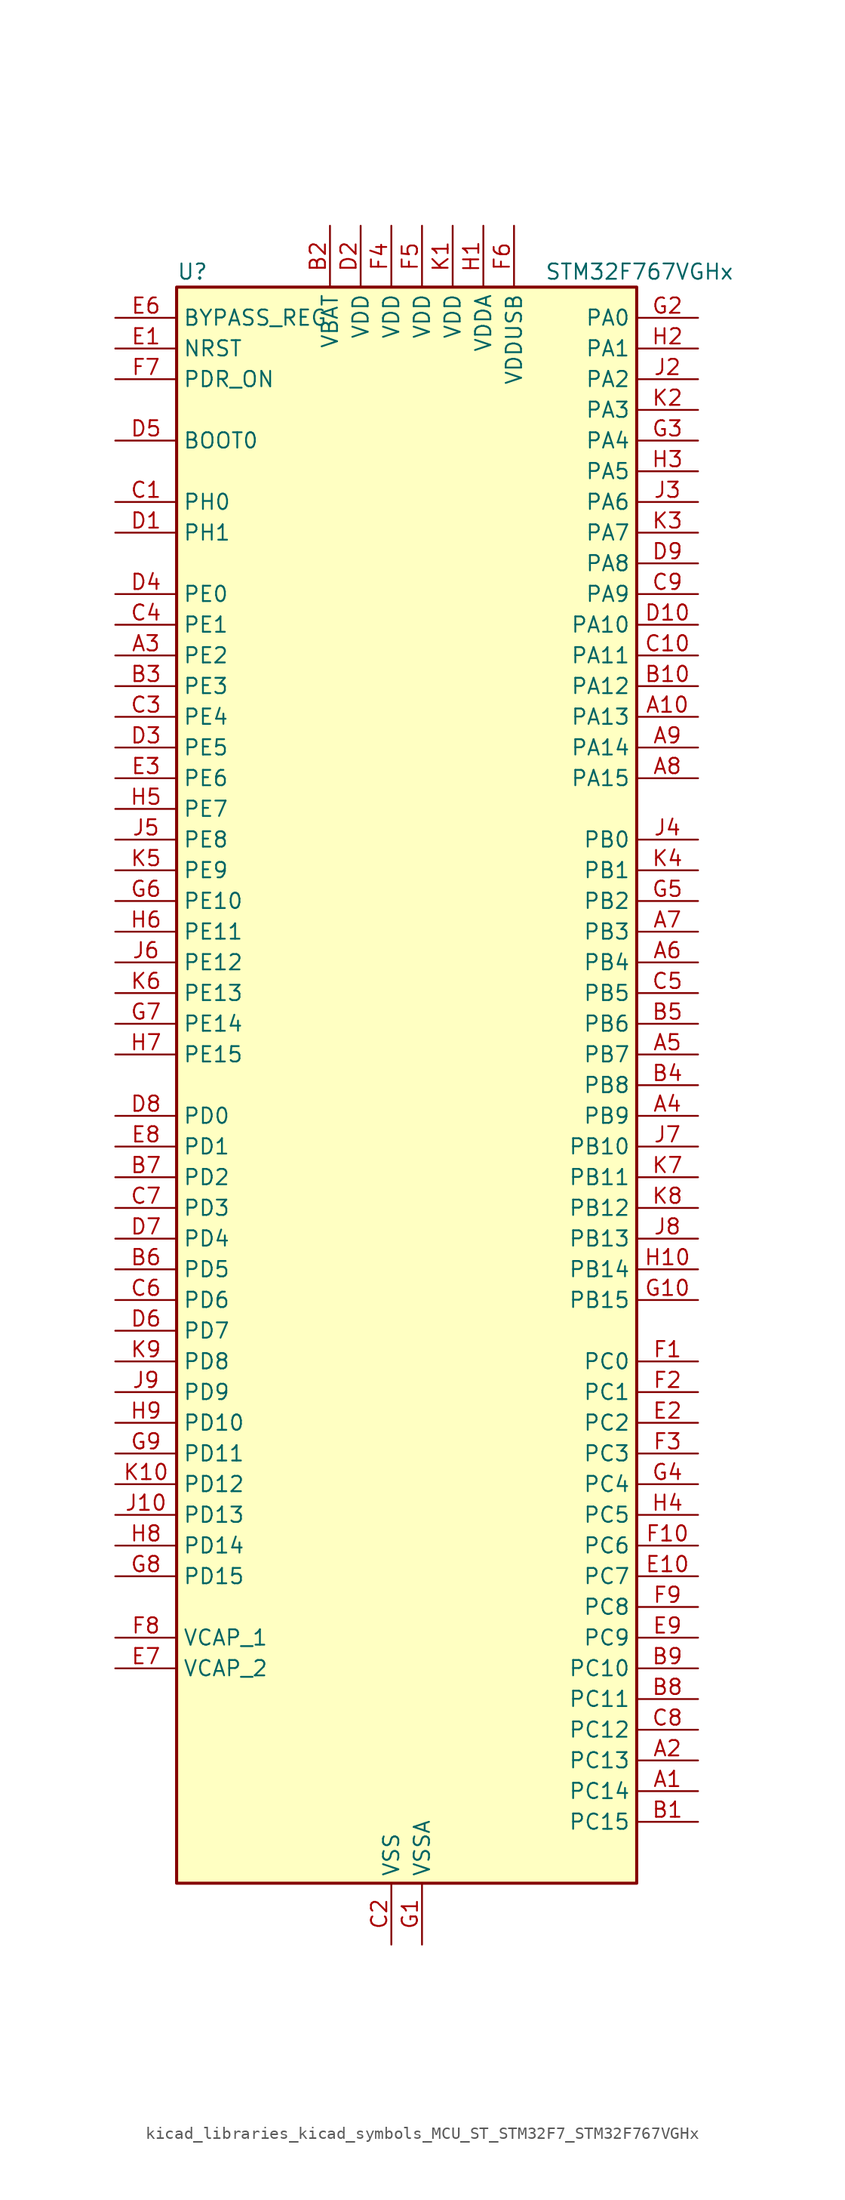
<source format=kicad_sym>
(kicad_symbol_lib
  (version 20220914)
  (generator kicad_symbol_editor)
  (symbol "kicad_libraries_kicad_symbols_MCU_ST_STM32F7_STM32F767VGHx"
    (property "Reference" "U"
      (at -17.78 67.31 0)
      (effects (font (size 1.27 1.27)) (justify left)))
    (property "Value" "STM32F767VGHx"
      (at 12.7 67.31 0)
      (effects (font (size 1.27 1.27)) (justify left)))
    (property "ki_locked" ""
      (at 0 0 0)
      (effects (font (size 1.27 1.27))))
    (symbol "kicad_libraries_kicad_symbols_MCU_ST_STM32F7_STM32F767VGHx_0_1"
      (rectangle (start -17.78 -66.04) (end 20.32 66.04) (stroke (width 0.254) (type default)) (fill (type background))))
    (symbol "kicad_libraries_kicad_symbols_MCU_ST_STM32F7_STM32F767VGHx_1_1"
      (pin bidirectional line (at 25.4 -58.42 180) (length 5.08) (name "PC14" (effects (font (size 1.27 1.27)))) (number "A1" (effects (font (size 1.27 1.27)))) (alternate "RCC_OSC32_IN" bidirectional line))
      (pin bidirectional line (at 25.4 30.48 180) (length 5.08) (name "PA13" (effects (font (size 1.27 1.27)))) (number "A10" (effects (font (size 1.27 1.27)))) (alternate "SYS_JTMS-SWDIO" bidirectional line))
      (pin bidirectional line (at 25.4 -55.88 180) (length 5.08) (name "PC13" (effects (font (size 1.27 1.27)))) (number "A2" (effects (font (size 1.27 1.27)))) (alternate "RTC_OUT" bidirectional line) (alternate "RTC_TAMP1" bidirectional line) (alternate "RTC_TS" bidirectional line) (alternate "SYS_WKUP4" bidirectional line))
      (pin bidirectional line (at -22.86 35.56 0) (length 5.08) (name "PE2" (effects (font (size 1.27 1.27)))) (number "A3" (effects (font (size 1.27 1.27)))) (alternate "ETH_TXD3" bidirectional line) (alternate "FMC_A23" bidirectional line) (alternate "QUADSPI_BK1_IO2" bidirectional line) (alternate "SAI1_MCLK_A" bidirectional line) (alternate "SPI4_SCK" bidirectional line) (alternate "SYS_TRACECLK" bidirectional line))
      (pin bidirectional line (at 25.4 -2.54 180) (length 5.08) (name "PB9" (effects (font (size 1.27 1.27)))) (number "A4" (effects (font (size 1.27 1.27)))) (alternate "CAN1_TX" bidirectional line) (alternate "DAC_EXTI9" bidirectional line) (alternate "DCMI_D7" bidirectional line) (alternate "DFSDM1_DATIN7" bidirectional line) (alternate "I2C1_SDA" bidirectional line) (alternate "I2C4_SDA" bidirectional line) (alternate "I2C4_SMBA" bidirectional line) (alternate "I2S2_WS" bidirectional line) (alternate "LTDC_B7" bidirectional line) (alternate "SDMMC1_D5" bidirectional line) (alternate "SDMMC2_D5" bidirectional line) (alternate "SPI2_NSS" bidirectional line) (alternate "TIM11_CH1" bidirectional line) (alternate "TIM4_CH4" bidirectional line) (alternate "UART5_TX" bidirectional line))
      (pin bidirectional line (at 25.4 2.54 180) (length 5.08) (name "PB7" (effects (font (size 1.27 1.27)))) (number "A5" (effects (font (size 1.27 1.27)))) (alternate "DCMI_VSYNC" bidirectional line) (alternate "DFSDM1_CKIN5" bidirectional line) (alternate "FMC_NL" bidirectional line) (alternate "I2C1_SDA" bidirectional line) (alternate "I2C4_SDA" bidirectional line) (alternate "TIM4_CH2" bidirectional line) (alternate "USART1_RX" bidirectional line))
      (pin bidirectional line (at 25.4 10.16 180) (length 5.08) (name "PB4" (effects (font (size 1.27 1.27)))) (number "A6" (effects (font (size 1.27 1.27)))) (alternate "CAN3_TX" bidirectional line) (alternate "I2S2_WS" bidirectional line) (alternate "SDMMC2_D3" bidirectional line) (alternate "SPI1_MISO" bidirectional line) (alternate "SPI2_NSS" bidirectional line) (alternate "SPI3_MISO" bidirectional line) (alternate "SPI6_MISO" bidirectional line) (alternate "SYS_JTRST" bidirectional line) (alternate "TIM3_CH1" bidirectional line) (alternate "UART7_TX" bidirectional line))
      (pin bidirectional line (at 25.4 12.7 180) (length 5.08) (name "PB3" (effects (font (size 1.27 1.27)))) (number "A7" (effects (font (size 1.27 1.27)))) (alternate "CAN3_RX" bidirectional line) (alternate "I2S1_CK" bidirectional line) (alternate "I2S3_CK" bidirectional line) (alternate "SDMMC2_D2" bidirectional line) (alternate "SPI1_SCK" bidirectional line) (alternate "SPI3_SCK" bidirectional line) (alternate "SPI6_SCK" bidirectional line) (alternate "SYS_JTDO-SWO" bidirectional line) (alternate "TIM2_CH2" bidirectional line) (alternate "UART7_RX" bidirectional line))
      (pin bidirectional line (at 25.4 25.4 180) (length 5.08) (name "PA15" (effects (font (size 1.27 1.27)))) (number "A8" (effects (font (size 1.27 1.27)))) (alternate "CAN3_TX" bidirectional line) (alternate "CEC" bidirectional line) (alternate "I2S1_WS" bidirectional line) (alternate "I2S3_WS" bidirectional line) (alternate "SPI1_NSS" bidirectional line) (alternate "SPI3_NSS" bidirectional line) (alternate "SPI6_NSS" bidirectional line) (alternate "SYS_JTDI" bidirectional line) (alternate "TIM2_CH1" bidirectional line) (alternate "TIM2_ETR" bidirectional line) (alternate "UART4_DE" bidirectional line) (alternate "UART4_RTS" bidirectional line) (alternate "UART7_TX" bidirectional line))
      (pin bidirectional line (at 25.4 27.94 180) (length 5.08) (name "PA14" (effects (font (size 1.27 1.27)))) (number "A9" (effects (font (size 1.27 1.27)))) (alternate "SYS_JTCK-SWCLK" bidirectional line))
      (pin bidirectional line (at 25.4 -60.96 180) (length 5.08) (name "PC15" (effects (font (size 1.27 1.27)))) (number "B1" (effects (font (size 1.27 1.27)))) (alternate "RCC_OSC32_OUT" bidirectional line))
      (pin bidirectional line (at 25.4 33.02 180) (length 5.08) (name "PA12" (effects (font (size 1.27 1.27)))) (number "B10" (effects (font (size 1.27 1.27)))) (alternate "CAN1_TX" bidirectional line) (alternate "I2S2_CK" bidirectional line) (alternate "LTDC_R5" bidirectional line) (alternate "SAI2_FS_B" bidirectional line) (alternate "SPI2_SCK" bidirectional line) (alternate "TIM1_ETR" bidirectional line) (alternate "UART4_TX" bidirectional line) (alternate "USART1_DE" bidirectional line) (alternate "USART1_RTS" bidirectional line) (alternate "USB_OTG_FS_DP" bidirectional line))
      (pin power_in line (at -5.08 71.12 270) (length 5.08) (name "VBAT" (effects (font (size 1.27 1.27)))) (number "B2" (effects (font (size 1.27 1.27)))))
      (pin bidirectional line (at -22.86 33.02 0) (length 5.08) (name "PE3" (effects (font (size 1.27 1.27)))) (number "B3" (effects (font (size 1.27 1.27)))) (alternate "FMC_A19" bidirectional line) (alternate "SAI1_SD_B" bidirectional line) (alternate "SYS_TRACED0" bidirectional line))
      (pin bidirectional line (at 25.4 0 180) (length 5.08) (name "PB8" (effects (font (size 1.27 1.27)))) (number "B4" (effects (font (size 1.27 1.27)))) (alternate "CAN1_RX" bidirectional line) (alternate "DCMI_D6" bidirectional line) (alternate "DFSDM1_CKIN7" bidirectional line) (alternate "ETH_TXD3" bidirectional line) (alternate "I2C1_SCL" bidirectional line) (alternate "I2C4_SCL" bidirectional line) (alternate "LTDC_B6" bidirectional line) (alternate "SDMMC1_D4" bidirectional line) (alternate "SDMMC2_D4" bidirectional line) (alternate "TIM10_CH1" bidirectional line) (alternate "TIM4_CH3" bidirectional line) (alternate "UART5_RX" bidirectional line))
      (pin bidirectional line (at 25.4 5.08 180) (length 5.08) (name "PB6" (effects (font (size 1.27 1.27)))) (number "B5" (effects (font (size 1.27 1.27)))) (alternate "CAN2_TX" bidirectional line) (alternate "CEC" bidirectional line) (alternate "DCMI_D5" bidirectional line) (alternate "DFSDM1_DATIN5" bidirectional line) (alternate "FMC_SDNE1" bidirectional line) (alternate "I2C1_SCL" bidirectional line) (alternate "I2C4_SCL" bidirectional line) (alternate "QUADSPI_BK1_NCS" bidirectional line) (alternate "TIM4_CH1" bidirectional line) (alternate "UART5_TX" bidirectional line) (alternate "USART1_TX" bidirectional line))
      (pin bidirectional line (at -22.86 -15.24 0) (length 5.08) (name "PD5" (effects (font (size 1.27 1.27)))) (number "B6" (effects (font (size 1.27 1.27)))) (alternate "FMC_NWE" bidirectional line) (alternate "USART2_TX" bidirectional line))
      (pin bidirectional line (at -22.86 -7.62 0) (length 5.08) (name "PD2" (effects (font (size 1.27 1.27)))) (number "B7" (effects (font (size 1.27 1.27)))) (alternate "DCMI_D11" bidirectional line) (alternate "SDMMC1_CMD" bidirectional line) (alternate "SYS_TRACED2" bidirectional line) (alternate "TIM3_ETR" bidirectional line) (alternate "UART5_RX" bidirectional line))
      (pin bidirectional line (at 25.4 -50.8 180) (length 5.08) (name "PC11" (effects (font (size 1.27 1.27)))) (number "B8" (effects (font (size 1.27 1.27)))) (alternate "ADC1_EXTI11" bidirectional line) (alternate "ADC2_EXTI11" bidirectional line) (alternate "ADC3_EXTI11" bidirectional line) (alternate "DCMI_D4" bidirectional line) (alternate "DFSDM1_DATIN5" bidirectional line) (alternate "QUADSPI_BK2_NCS" bidirectional line) (alternate "SDMMC1_D3" bidirectional line) (alternate "SPI3_MISO" bidirectional line) (alternate "UART4_RX" bidirectional line) (alternate "USART3_RX" bidirectional line))
      (pin bidirectional line (at 25.4 -48.26 180) (length 5.08) (name "PC10" (effects (font (size 1.27 1.27)))) (number "B9" (effects (font (size 1.27 1.27)))) (alternate "DCMI_D8" bidirectional line) (alternate "DFSDM1_CKIN5" bidirectional line) (alternate "I2S3_CK" bidirectional line) (alternate "LTDC_R2" bidirectional line) (alternate "QUADSPI_BK1_IO1" bidirectional line) (alternate "SDMMC1_D2" bidirectional line) (alternate "SPI3_SCK" bidirectional line) (alternate "UART4_TX" bidirectional line) (alternate "USART3_TX" bidirectional line))
      (pin bidirectional line (at -22.86 48.26 0) (length 5.08) (name "PH0" (effects (font (size 1.27 1.27)))) (number "C1" (effects (font (size 1.27 1.27)))) (alternate "RCC_OSC_IN" bidirectional line))
      (pin bidirectional line (at 25.4 35.56 180) (length 5.08) (name "PA11" (effects (font (size 1.27 1.27)))) (number "C10" (effects (font (size 1.27 1.27)))) (alternate "ADC1_EXTI11" bidirectional line) (alternate "ADC2_EXTI11" bidirectional line) (alternate "ADC3_EXTI11" bidirectional line) (alternate "CAN1_RX" bidirectional line) (alternate "I2S2_WS" bidirectional line) (alternate "LTDC_R4" bidirectional line) (alternate "SPI2_NSS" bidirectional line) (alternate "TIM1_CH4" bidirectional line) (alternate "UART4_RX" bidirectional line) (alternate "USART1_CTS" bidirectional line) (alternate "USB_OTG_FS_DM" bidirectional line))
      (pin power_in line (at 0 -71.12 90) (length 5.08) (name "VSS" (effects (font (size 1.27 1.27)))) (number "C2" (effects (font (size 1.27 1.27)))))
      (pin bidirectional line (at -22.86 30.48 0) (length 5.08) (name "PE4" (effects (font (size 1.27 1.27)))) (number "C3" (effects (font (size 1.27 1.27)))) (alternate "DCMI_D4" bidirectional line) (alternate "DFSDM1_DATIN3" bidirectional line) (alternate "FMC_A20" bidirectional line) (alternate "LTDC_B0" bidirectional line) (alternate "SAI1_FS_A" bidirectional line) (alternate "SPI4_NSS" bidirectional line) (alternate "SYS_TRACED1" bidirectional line))
      (pin bidirectional line (at -22.86 38.1 0) (length 5.08) (name "PE1" (effects (font (size 1.27 1.27)))) (number "C4" (effects (font (size 1.27 1.27)))) (alternate "DCMI_D3" bidirectional line) (alternate "FMC_NBL1" bidirectional line) (alternate "LPTIM1_IN2" bidirectional line) (alternate "UART8_TX" bidirectional line))
      (pin bidirectional line (at 25.4 7.62 180) (length 5.08) (name "PB5" (effects (font (size 1.27 1.27)))) (number "C5" (effects (font (size 1.27 1.27)))) (alternate "CAN2_RX" bidirectional line) (alternate "DCMI_D10" bidirectional line) (alternate "ETH_PPS_OUT" bidirectional line) (alternate "FMC_SDCKE1" bidirectional line) (alternate "I2C1_SMBA" bidirectional line) (alternate "I2S1_SD" bidirectional line) (alternate "I2S3_SD" bidirectional line) (alternate "LTDC_G7" bidirectional line) (alternate "SPI1_MOSI" bidirectional line) (alternate "SPI3_MOSI" bidirectional line) (alternate "SPI6_MOSI" bidirectional line) (alternate "TIM3_CH2" bidirectional line) (alternate "UART5_RX" bidirectional line) (alternate "USB_OTG_HS_ULPI_D7" bidirectional line))
      (pin bidirectional line (at -22.86 -17.78 0) (length 5.08) (name "PD6" (effects (font (size 1.27 1.27)))) (number "C6" (effects (font (size 1.27 1.27)))) (alternate "DCMI_D10" bidirectional line) (alternate "DFSDM1_CKIN4" bidirectional line) (alternate "DFSDM1_DATIN1" bidirectional line) (alternate "FMC_NWAIT" bidirectional line) (alternate "I2S3_SD" bidirectional line) (alternate "LTDC_B2" bidirectional line) (alternate "SAI1_SD_A" bidirectional line) (alternate "SDMMC2_CK" bidirectional line) (alternate "SPI3_MOSI" bidirectional line) (alternate "USART2_RX" bidirectional line))
      (pin bidirectional line (at -22.86 -10.16 0) (length 5.08) (name "PD3" (effects (font (size 1.27 1.27)))) (number "C7" (effects (font (size 1.27 1.27)))) (alternate "DCMI_D5" bidirectional line) (alternate "DFSDM1_CKOUT" bidirectional line) (alternate "DFSDM1_DATIN0" bidirectional line) (alternate "FMC_CLK" bidirectional line) (alternate "I2S2_CK" bidirectional line) (alternate "LTDC_G7" bidirectional line) (alternate "SPI2_SCK" bidirectional line) (alternate "USART2_CTS" bidirectional line))
      (pin bidirectional line (at 25.4 -53.34 180) (length 5.08) (name "PC12" (effects (font (size 1.27 1.27)))) (number "C8" (effects (font (size 1.27 1.27)))) (alternate "DCMI_D9" bidirectional line) (alternate "I2S3_SD" bidirectional line) (alternate "SDMMC1_CK" bidirectional line) (alternate "SPI3_MOSI" bidirectional line) (alternate "SYS_TRACED3" bidirectional line) (alternate "UART5_TX" bidirectional line) (alternate "USART3_CK" bidirectional line))
      (pin bidirectional line (at 25.4 40.64 180) (length 5.08) (name "PA9" (effects (font (size 1.27 1.27)))) (number "C9" (effects (font (size 1.27 1.27)))) (alternate "DAC_EXTI9" bidirectional line) (alternate "DCMI_D0" bidirectional line) (alternate "I2C3_SMBA" bidirectional line) (alternate "I2S2_CK" bidirectional line) (alternate "LTDC_R5" bidirectional line) (alternate "SPI2_SCK" bidirectional line) (alternate "TIM1_CH2" bidirectional line) (alternate "USART1_TX" bidirectional line) (alternate "USB_OTG_FS_VBUS" bidirectional line))
      (pin bidirectional line (at -22.86 45.72 0) (length 5.08) (name "PH1" (effects (font (size 1.27 1.27)))) (number "D1" (effects (font (size 1.27 1.27)))) (alternate "RCC_OSC_OUT" bidirectional line))
      (pin bidirectional line (at 25.4 38.1 180) (length 5.08) (name "PA10" (effects (font (size 1.27 1.27)))) (number "D10" (effects (font (size 1.27 1.27)))) (alternate "DCMI_D1" bidirectional line) (alternate "LTDC_B1" bidirectional line) (alternate "LTDC_B4" bidirectional line) (alternate "MDIOS_MDIO" bidirectional line) (alternate "TIM1_CH3" bidirectional line) (alternate "USART1_RX" bidirectional line) (alternate "USB_OTG_FS_ID" bidirectional line))
      (pin power_in line (at -2.54 71.12 270) (length 5.08) (name "VDD" (effects (font (size 1.27 1.27)))) (number "D2" (effects (font (size 1.27 1.27)))))
      (pin bidirectional line (at -22.86 27.94 0) (length 5.08) (name "PE5" (effects (font (size 1.27 1.27)))) (number "D3" (effects (font (size 1.27 1.27)))) (alternate "DCMI_D6" bidirectional line) (alternate "DFSDM1_CKIN3" bidirectional line) (alternate "FMC_A21" bidirectional line) (alternate "LTDC_G0" bidirectional line) (alternate "SAI1_SCK_A" bidirectional line) (alternate "SPI4_MISO" bidirectional line) (alternate "SYS_TRACED2" bidirectional line) (alternate "TIM9_CH1" bidirectional line))
      (pin bidirectional line (at -22.86 40.64 0) (length 5.08) (name "PE0" (effects (font (size 1.27 1.27)))) (number "D4" (effects (font (size 1.27 1.27)))) (alternate "DCMI_D2" bidirectional line) (alternate "FMC_NBL0" bidirectional line) (alternate "LPTIM1_ETR" bidirectional line) (alternate "SAI2_MCLK_A" bidirectional line) (alternate "TIM4_ETR" bidirectional line) (alternate "UART8_RX" bidirectional line))
      (pin input line (at -22.86 53.34 0) (length 5.08) (name "BOOT0" (effects (font (size 1.27 1.27)))) (number "D5" (effects (font (size 1.27 1.27)))))
      (pin bidirectional line (at -22.86 -20.32 0) (length 5.08) (name "PD7" (effects (font (size 1.27 1.27)))) (number "D6" (effects (font (size 1.27 1.27)))) (alternate "DFSDM1_CKIN1" bidirectional line) (alternate "DFSDM1_DATIN4" bidirectional line) (alternate "FMC_NE1" bidirectional line) (alternate "I2S1_SD" bidirectional line) (alternate "SDMMC2_CMD" bidirectional line) (alternate "SPDIFRX_IN0" bidirectional line) (alternate "SPI1_MOSI" bidirectional line) (alternate "USART2_CK" bidirectional line))
      (pin bidirectional line (at -22.86 -12.7 0) (length 5.08) (name "PD4" (effects (font (size 1.27 1.27)))) (number "D7" (effects (font (size 1.27 1.27)))) (alternate "DFSDM1_CKIN0" bidirectional line) (alternate "FMC_NOE" bidirectional line) (alternate "USART2_DE" bidirectional line) (alternate "USART2_RTS" bidirectional line))
      (pin bidirectional line (at -22.86 -2.54 0) (length 5.08) (name "PD0" (effects (font (size 1.27 1.27)))) (number "D8" (effects (font (size 1.27 1.27)))) (alternate "CAN1_RX" bidirectional line) (alternate "DFSDM1_CKIN6" bidirectional line) (alternate "DFSDM1_DATIN7" bidirectional line) (alternate "FMC_D2" bidirectional line) (alternate "FMC_DA2" bidirectional line) (alternate "UART4_RX" bidirectional line))
      (pin bidirectional line (at 25.4 43.18 180) (length 5.08) (name "PA8" (effects (font (size 1.27 1.27)))) (number "D9" (effects (font (size 1.27 1.27)))) (alternate "CAN3_RX" bidirectional line) (alternate "I2C3_SCL" bidirectional line) (alternate "LTDC_B3" bidirectional line) (alternate "LTDC_R6" bidirectional line) (alternate "RCC_MCO_1" bidirectional line) (alternate "TIM1_CH1" bidirectional line) (alternate "TIM8_BKIN2" bidirectional line) (alternate "UART7_RX" bidirectional line) (alternate "USART1_CK" bidirectional line) (alternate "USB_OTG_FS_SOF" bidirectional line))
      (pin input line (at -22.86 60.96 0) (length 5.08) (name "NRST" (effects (font (size 1.27 1.27)))) (number "E1" (effects (font (size 1.27 1.27)))))
      (pin bidirectional line (at 25.4 -40.64 180) (length 5.08) (name "PC7" (effects (font (size 1.27 1.27)))) (number "E10" (effects (font (size 1.27 1.27)))) (alternate "DCMI_D1" bidirectional line) (alternate "DFSDM1_DATIN3" bidirectional line) (alternate "FMC_NE1" bidirectional line) (alternate "I2S3_MCK" bidirectional line) (alternate "LTDC_G6" bidirectional line) (alternate "SDMMC1_D7" bidirectional line) (alternate "SDMMC2_D7" bidirectional line) (alternate "TIM3_CH2" bidirectional line) (alternate "TIM8_CH2" bidirectional line) (alternate "USART6_RX" bidirectional line))
      (pin bidirectional line (at 25.4 -27.94 180) (length 5.08) (name "PC2" (effects (font (size 1.27 1.27)))) (number "E2" (effects (font (size 1.27 1.27)))) (alternate "ADC1_IN12" bidirectional line) (alternate "ADC2_IN12" bidirectional line) (alternate "ADC3_IN12" bidirectional line) (alternate "DFSDM1_CKIN1" bidirectional line) (alternate "DFSDM1_CKOUT" bidirectional line) (alternate "ETH_TXD2" bidirectional line) (alternate "FMC_SDNE0" bidirectional line) (alternate "SPI2_MISO" bidirectional line) (alternate "USB_OTG_HS_ULPI_DIR" bidirectional line))
      (pin bidirectional line (at -22.86 25.4 0) (length 5.08) (name "PE6" (effects (font (size 1.27 1.27)))) (number "E3" (effects (font (size 1.27 1.27)))) (alternate "DCMI_D7" bidirectional line) (alternate "FMC_A22" bidirectional line) (alternate "LTDC_G1" bidirectional line) (alternate "SAI1_SD_A" bidirectional line) (alternate "SAI2_MCLK_B" bidirectional line) (alternate "SPI4_MOSI" bidirectional line) (alternate "SYS_TRACED3" bidirectional line) (alternate "TIM1_BKIN2" bidirectional line) (alternate "TIM9_CH2" bidirectional line))
      (pin passive line (at 0 -71.12 90) (length 5.08) hide (name "VSS" (effects (font (size 1.27 1.27)))) (number "E4" (effects (font (size 1.27 1.27)))))
      (pin passive line (at 0 -71.12 90) (length 5.08) hide (name "VSS" (effects (font (size 1.27 1.27)))) (number "E5" (effects (font (size 1.27 1.27)))))
      (pin input line (at -22.86 63.5 0) (length 5.08) (name "BYPASS_REG" (effects (font (size 1.27 1.27)))) (number "E6" (effects (font (size 1.27 1.27)))))
      (pin power_out line (at -22.86 -48.26 0) (length 5.08) (name "VCAP_2" (effects (font (size 1.27 1.27)))) (number "E7" (effects (font (size 1.27 1.27)))))
      (pin bidirectional line (at -22.86 -5.08 0) (length 5.08) (name "PD1" (effects (font (size 1.27 1.27)))) (number "E8" (effects (font (size 1.27 1.27)))) (alternate "CAN1_TX" bidirectional line) (alternate "DFSDM1_CKIN7" bidirectional line) (alternate "DFSDM1_DATIN6" bidirectional line) (alternate "FMC_D3" bidirectional line) (alternate "FMC_DA3" bidirectional line) (alternate "UART4_TX" bidirectional line))
      (pin bidirectional line (at 25.4 -45.72 180) (length 5.08) (name "PC9" (effects (font (size 1.27 1.27)))) (number "E9" (effects (font (size 1.27 1.27)))) (alternate "DAC_EXTI9" bidirectional line) (alternate "DCMI_D3" bidirectional line) (alternate "I2C3_SDA" bidirectional line) (alternate "I2S_CKIN" bidirectional line) (alternate "LTDC_B2" bidirectional line) (alternate "LTDC_G3" bidirectional line) (alternate "QUADSPI_BK1_IO0" bidirectional line) (alternate "RCC_MCO_2" bidirectional line) (alternate "SDMMC1_D1" bidirectional line) (alternate "TIM3_CH4" bidirectional line) (alternate "TIM8_CH4" bidirectional line) (alternate "UART5_CTS" bidirectional line))
      (pin bidirectional line (at 25.4 -22.86 180) (length 5.08) (name "PC0" (effects (font (size 1.27 1.27)))) (number "F1" (effects (font (size 1.27 1.27)))) (alternate "ADC1_IN10" bidirectional line) (alternate "ADC2_IN10" bidirectional line) (alternate "ADC3_IN10" bidirectional line) (alternate "DFSDM1_CKIN0" bidirectional line) (alternate "DFSDM1_DATIN4" bidirectional line) (alternate "FMC_SDNWE" bidirectional line) (alternate "LTDC_R5" bidirectional line) (alternate "SAI2_FS_B" bidirectional line) (alternate "USB_OTG_HS_ULPI_STP" bidirectional line))
      (pin bidirectional line (at 25.4 -38.1 180) (length 5.08) (name "PC6" (effects (font (size 1.27 1.27)))) (number "F10" (effects (font (size 1.27 1.27)))) (alternate "DCMI_D0" bidirectional line) (alternate "DFSDM1_CKIN3" bidirectional line) (alternate "FMC_NWAIT" bidirectional line) (alternate "I2S2_MCK" bidirectional line) (alternate "LTDC_HSYNC" bidirectional line) (alternate "SDMMC1_D6" bidirectional line) (alternate "SDMMC2_D6" bidirectional line) (alternate "TIM3_CH1" bidirectional line) (alternate "TIM8_CH1" bidirectional line) (alternate "USART6_TX" bidirectional line))
      (pin bidirectional line (at 25.4 -25.4 180) (length 5.08) (name "PC1" (effects (font (size 1.27 1.27)))) (number "F2" (effects (font (size 1.27 1.27)))) (alternate "ADC1_IN11" bidirectional line) (alternate "ADC2_IN11" bidirectional line) (alternate "ADC3_IN11" bidirectional line) (alternate "DFSDM1_CKIN4" bidirectional line) (alternate "DFSDM1_DATIN0" bidirectional line) (alternate "ETH_MDC" bidirectional line) (alternate "I2S2_SD" bidirectional line) (alternate "MDIOS_MDC" bidirectional line) (alternate "RTC_TAMP3" bidirectional line) (alternate "RTC_TS" bidirectional line) (alternate "SAI1_SD_A" bidirectional line) (alternate "SPI2_MOSI" bidirectional line) (alternate "SYS_TRACED0" bidirectional line) (alternate "SYS_WKUP3" bidirectional line))
      (pin bidirectional line (at 25.4 -30.48 180) (length 5.08) (name "PC3" (effects (font (size 1.27 1.27)))) (number "F3" (effects (font (size 1.27 1.27)))) (alternate "ADC1_IN13" bidirectional line) (alternate "ADC2_IN13" bidirectional line) (alternate "ADC3_IN13" bidirectional line) (alternate "DFSDM1_DATIN1" bidirectional line) (alternate "ETH_TX_CLK" bidirectional line) (alternate "FMC_SDCKE0" bidirectional line) (alternate "I2S2_SD" bidirectional line) (alternate "SPI2_MOSI" bidirectional line) (alternate "USB_OTG_HS_ULPI_NXT" bidirectional line))
      (pin power_in line (at 0 71.12 270) (length 5.08) (name "VDD" (effects (font (size 1.27 1.27)))) (number "F4" (effects (font (size 1.27 1.27)))))
      (pin power_in line (at 2.54 71.12 270) (length 5.08) (name "VDD" (effects (font (size 1.27 1.27)))) (number "F5" (effects (font (size 1.27 1.27)))))
      (pin power_in line (at 10.16 71.12 270) (length 5.08) (name "VDDUSB" (effects (font (size 1.27 1.27)))) (number "F6" (effects (font (size 1.27 1.27)))))
      (pin input line (at -22.86 58.42 0) (length 5.08) (name "PDR_ON" (effects (font (size 1.27 1.27)))) (number "F7" (effects (font (size 1.27 1.27)))))
      (pin power_out line (at -22.86 -45.72 0) (length 5.08) (name "VCAP_1" (effects (font (size 1.27 1.27)))) (number "F8" (effects (font (size 1.27 1.27)))))
      (pin bidirectional line (at 25.4 -43.18 180) (length 5.08) (name "PC8" (effects (font (size 1.27 1.27)))) (number "F9" (effects (font (size 1.27 1.27)))) (alternate "DCMI_D2" bidirectional line) (alternate "FMC_NCE" bidirectional line) (alternate "FMC_NE2" bidirectional line) (alternate "SDMMC1_D0" bidirectional line) (alternate "SYS_TRACED1" bidirectional line) (alternate "TIM3_CH3" bidirectional line) (alternate "TIM8_CH3" bidirectional line) (alternate "UART5_DE" bidirectional line) (alternate "UART5_RTS" bidirectional line) (alternate "USART6_CK" bidirectional line))
      (pin power_in line (at 2.54 -71.12 90) (length 5.08) (name "VSSA" (effects (font (size 1.27 1.27)))) (number "G1" (effects (font (size 1.27 1.27)))))
      (pin bidirectional line (at 25.4 -17.78 180) (length 5.08) (name "PB15" (effects (font (size 1.27 1.27)))) (number "G10" (effects (font (size 1.27 1.27)))) (alternate "DFSDM1_CKIN2" bidirectional line) (alternate "I2S2_SD" bidirectional line) (alternate "RTC_REFIN" bidirectional line) (alternate "SDMMC2_D1" bidirectional line) (alternate "SPI2_MOSI" bidirectional line) (alternate "TIM12_CH2" bidirectional line) (alternate "TIM1_CH3N" bidirectional line) (alternate "TIM8_CH3N" bidirectional line) (alternate "UART4_CTS" bidirectional line) (alternate "USART1_RX" bidirectional line) (alternate "USB_OTG_HS_DP" bidirectional line))
      (pin bidirectional line (at 25.4 63.5 180) (length 5.08) (name "PA0" (effects (font (size 1.27 1.27)))) (number "G2" (effects (font (size 1.27 1.27)))) (alternate "ADC1_IN0" bidirectional line) (alternate "ADC2_IN0" bidirectional line) (alternate "ADC3_IN0" bidirectional line) (alternate "ETH_CRS" bidirectional line) (alternate "SAI2_SD_B" bidirectional line) (alternate "SYS_WKUP1" bidirectional line) (alternate "TIM2_CH1" bidirectional line) (alternate "TIM2_ETR" bidirectional line) (alternate "TIM5_CH1" bidirectional line) (alternate "TIM8_ETR" bidirectional line) (alternate "UART4_TX" bidirectional line) (alternate "USART2_CTS" bidirectional line))
      (pin bidirectional line (at 25.4 53.34 180) (length 5.08) (name "PA4" (effects (font (size 1.27 1.27)))) (number "G3" (effects (font (size 1.27 1.27)))) (alternate "ADC1_IN4" bidirectional line) (alternate "ADC2_IN4" bidirectional line) (alternate "DAC_OUT1" bidirectional line) (alternate "DCMI_HSYNC" bidirectional line) (alternate "I2S1_WS" bidirectional line) (alternate "I2S3_WS" bidirectional line) (alternate "LTDC_VSYNC" bidirectional line) (alternate "SPI1_NSS" bidirectional line) (alternate "SPI3_NSS" bidirectional line) (alternate "SPI6_NSS" bidirectional line) (alternate "USART2_CK" bidirectional line) (alternate "USB_OTG_HS_SOF" bidirectional line))
      (pin bidirectional line (at 25.4 -33.02 180) (length 5.08) (name "PC4" (effects (font (size 1.27 1.27)))) (number "G4" (effects (font (size 1.27 1.27)))) (alternate "ADC1_IN14" bidirectional line) (alternate "ADC2_IN14" bidirectional line) (alternate "DFSDM1_CKIN2" bidirectional line) (alternate "ETH_RXD0" bidirectional line) (alternate "FMC_SDNE0" bidirectional line) (alternate "I2S1_MCK" bidirectional line) (alternate "SPDIFRX_IN2" bidirectional line))
      (pin bidirectional line (at 25.4 15.24 180) (length 5.08) (name "PB2" (effects (font (size 1.27 1.27)))) (number "G5" (effects (font (size 1.27 1.27)))) (alternate "DFSDM1_CKIN1" bidirectional line) (alternate "I2S3_SD" bidirectional line) (alternate "QUADSPI_CLK" bidirectional line) (alternate "SAI1_SD_A" bidirectional line) (alternate "SPI3_MOSI" bidirectional line))
      (pin bidirectional line (at -22.86 15.24 0) (length 5.08) (name "PE10" (effects (font (size 1.27 1.27)))) (number "G6" (effects (font (size 1.27 1.27)))) (alternate "DFSDM1_DATIN4" bidirectional line) (alternate "FMC_D7" bidirectional line) (alternate "FMC_DA7" bidirectional line) (alternate "QUADSPI_BK2_IO3" bidirectional line) (alternate "TIM1_CH2N" bidirectional line) (alternate "UART7_CTS" bidirectional line))
      (pin bidirectional line (at -22.86 5.08 0) (length 5.08) (name "PE14" (effects (font (size 1.27 1.27)))) (number "G7" (effects (font (size 1.27 1.27)))) (alternate "FMC_D11" bidirectional line) (alternate "FMC_DA11" bidirectional line) (alternate "LTDC_CLK" bidirectional line) (alternate "SAI2_MCLK_B" bidirectional line) (alternate "SPI4_MOSI" bidirectional line) (alternate "TIM1_CH4" bidirectional line))
      (pin bidirectional line (at -22.86 -40.64 0) (length 5.08) (name "PD15" (effects (font (size 1.27 1.27)))) (number "G8" (effects (font (size 1.27 1.27)))) (alternate "FMC_D1" bidirectional line) (alternate "FMC_DA1" bidirectional line) (alternate "TIM4_CH4" bidirectional line) (alternate "UART8_DE" bidirectional line) (alternate "UART8_RTS" bidirectional line))
      (pin bidirectional line (at -22.86 -30.48 0) (length 5.08) (name "PD11" (effects (font (size 1.27 1.27)))) (number "G9" (effects (font (size 1.27 1.27)))) (alternate "ADC1_EXTI11" bidirectional line) (alternate "ADC2_EXTI11" bidirectional line) (alternate "ADC3_EXTI11" bidirectional line) (alternate "FMC_A16" bidirectional line) (alternate "FMC_CLE" bidirectional line) (alternate "I2C4_SMBA" bidirectional line) (alternate "QUADSPI_BK1_IO0" bidirectional line) (alternate "SAI2_SD_A" bidirectional line) (alternate "USART3_CTS" bidirectional line))
      (pin power_in line (at 7.62 71.12 270) (length 5.08) (name "VDDA" (effects (font (size 1.27 1.27)))) (number "H1" (effects (font (size 1.27 1.27)))))
      (pin bidirectional line (at 25.4 -15.24 180) (length 5.08) (name "PB14" (effects (font (size 1.27 1.27)))) (number "H10" (effects (font (size 1.27 1.27)))) (alternate "DFSDM1_DATIN2" bidirectional line) (alternate "SDMMC2_D0" bidirectional line) (alternate "SPI2_MISO" bidirectional line) (alternate "TIM12_CH1" bidirectional line) (alternate "TIM1_CH2N" bidirectional line) (alternate "TIM8_CH2N" bidirectional line) (alternate "UART4_DE" bidirectional line) (alternate "UART4_RTS" bidirectional line) (alternate "USART1_TX" bidirectional line) (alternate "USART3_DE" bidirectional line) (alternate "USART3_RTS" bidirectional line) (alternate "USB_OTG_HS_DM" bidirectional line))
      (pin bidirectional line (at 25.4 60.96 180) (length 5.08) (name "PA1" (effects (font (size 1.27 1.27)))) (number "H2" (effects (font (size 1.27 1.27)))) (alternate "ADC1_IN1" bidirectional line) (alternate "ADC2_IN1" bidirectional line) (alternate "ADC3_IN1" bidirectional line) (alternate "ETH_REF_CLK" bidirectional line) (alternate "ETH_RX_CLK" bidirectional line) (alternate "LTDC_R2" bidirectional line) (alternate "QUADSPI_BK1_IO3" bidirectional line) (alternate "SAI2_MCLK_B" bidirectional line) (alternate "TIM2_CH2" bidirectional line) (alternate "TIM5_CH2" bidirectional line) (alternate "UART4_RX" bidirectional line) (alternate "USART2_DE" bidirectional line) (alternate "USART2_RTS" bidirectional line))
      (pin bidirectional line (at 25.4 50.8 180) (length 5.08) (name "PA5" (effects (font (size 1.27 1.27)))) (number "H3" (effects (font (size 1.27 1.27)))) (alternate "ADC1_IN5" bidirectional line) (alternate "ADC2_IN5" bidirectional line) (alternate "DAC_OUT2" bidirectional line) (alternate "I2S1_CK" bidirectional line) (alternate "LTDC_R4" bidirectional line) (alternate "SPI1_SCK" bidirectional line) (alternate "SPI6_SCK" bidirectional line) (alternate "TIM2_CH1" bidirectional line) (alternate "TIM2_ETR" bidirectional line) (alternate "TIM8_CH1N" bidirectional line) (alternate "USB_OTG_HS_ULPI_CK" bidirectional line))
      (pin bidirectional line (at 25.4 -35.56 180) (length 5.08) (name "PC5" (effects (font (size 1.27 1.27)))) (number "H4" (effects (font (size 1.27 1.27)))) (alternate "ADC1_IN15" bidirectional line) (alternate "ADC2_IN15" bidirectional line) (alternate "DFSDM1_DATIN2" bidirectional line) (alternate "ETH_RXD1" bidirectional line) (alternate "FMC_SDCKE0" bidirectional line) (alternate "SPDIFRX_IN3" bidirectional line))
      (pin bidirectional line (at -22.86 22.86 0) (length 5.08) (name "PE7" (effects (font (size 1.27 1.27)))) (number "H5" (effects (font (size 1.27 1.27)))) (alternate "DFSDM1_DATIN2" bidirectional line) (alternate "FMC_D4" bidirectional line) (alternate "FMC_DA4" bidirectional line) (alternate "QUADSPI_BK2_IO0" bidirectional line) (alternate "TIM1_ETR" bidirectional line) (alternate "UART7_RX" bidirectional line))
      (pin bidirectional line (at -22.86 12.7 0) (length 5.08) (name "PE11" (effects (font (size 1.27 1.27)))) (number "H6" (effects (font (size 1.27 1.27)))) (alternate "ADC1_EXTI11" bidirectional line) (alternate "ADC2_EXTI11" bidirectional line) (alternate "ADC3_EXTI11" bidirectional line) (alternate "DFSDM1_CKIN4" bidirectional line) (alternate "FMC_D8" bidirectional line) (alternate "FMC_DA8" bidirectional line) (alternate "LTDC_G3" bidirectional line) (alternate "SAI2_SD_B" bidirectional line) (alternate "SPI4_NSS" bidirectional line) (alternate "TIM1_CH2" bidirectional line))
      (pin bidirectional line (at -22.86 2.54 0) (length 5.08) (name "PE15" (effects (font (size 1.27 1.27)))) (number "H7" (effects (font (size 1.27 1.27)))) (alternate "FMC_D12" bidirectional line) (alternate "FMC_DA12" bidirectional line) (alternate "LTDC_R7" bidirectional line) (alternate "TIM1_BKIN" bidirectional line))
      (pin bidirectional line (at -22.86 -38.1 0) (length 5.08) (name "PD14" (effects (font (size 1.27 1.27)))) (number "H8" (effects (font (size 1.27 1.27)))) (alternate "FMC_D0" bidirectional line) (alternate "FMC_DA0" bidirectional line) (alternate "TIM4_CH3" bidirectional line) (alternate "UART8_CTS" bidirectional line))
      (pin bidirectional line (at -22.86 -27.94 0) (length 5.08) (name "PD10" (effects (font (size 1.27 1.27)))) (number "H9" (effects (font (size 1.27 1.27)))) (alternate "DFSDM1_CKOUT" bidirectional line) (alternate "FMC_D15" bidirectional line) (alternate "FMC_DA15" bidirectional line) (alternate "LTDC_B3" bidirectional line) (alternate "USART3_CK" bidirectional line))
      (pin passive line (at 0 -71.12 90) (length 5.08) hide (name "VSS" (effects (font (size 1.27 1.27)))) (number "J1" (effects (font (size 1.27 1.27)))))
      (pin bidirectional line (at -22.86 -35.56 0) (length 5.08) (name "PD13" (effects (font (size 1.27 1.27)))) (number "J10" (effects (font (size 1.27 1.27)))) (alternate "FMC_A18" bidirectional line) (alternate "I2C4_SDA" bidirectional line) (alternate "LPTIM1_OUT" bidirectional line) (alternate "QUADSPI_BK1_IO3" bidirectional line) (alternate "SAI2_SCK_A" bidirectional line) (alternate "TIM4_CH2" bidirectional line))
      (pin bidirectional line (at 25.4 58.42 180) (length 5.08) (name "PA2" (effects (font (size 1.27 1.27)))) (number "J2" (effects (font (size 1.27 1.27)))) (alternate "ADC1_IN2" bidirectional line) (alternate "ADC2_IN2" bidirectional line) (alternate "ADC3_IN2" bidirectional line) (alternate "ETH_MDIO" bidirectional line) (alternate "LTDC_R1" bidirectional line) (alternate "MDIOS_MDIO" bidirectional line) (alternate "SAI2_SCK_B" bidirectional line) (alternate "SYS_WKUP2" bidirectional line) (alternate "TIM2_CH3" bidirectional line) (alternate "TIM5_CH3" bidirectional line) (alternate "TIM9_CH1" bidirectional line) (alternate "USART2_TX" bidirectional line))
      (pin bidirectional line (at 25.4 48.26 180) (length 5.08) (name "PA6" (effects (font (size 1.27 1.27)))) (number "J3" (effects (font (size 1.27 1.27)))) (alternate "ADC1_IN6" bidirectional line) (alternate "ADC2_IN6" bidirectional line) (alternate "DCMI_PIXCLK" bidirectional line) (alternate "LTDC_G2" bidirectional line) (alternate "MDIOS_MDC" bidirectional line) (alternate "SPI1_MISO" bidirectional line) (alternate "SPI6_MISO" bidirectional line) (alternate "TIM13_CH1" bidirectional line) (alternate "TIM1_BKIN" bidirectional line) (alternate "TIM3_CH1" bidirectional line) (alternate "TIM8_BKIN" bidirectional line))
      (pin bidirectional line (at 25.4 20.32 180) (length 5.08) (name "PB0" (effects (font (size 1.27 1.27)))) (number "J4" (effects (font (size 1.27 1.27)))) (alternate "ADC1_IN8" bidirectional line) (alternate "ADC2_IN8" bidirectional line) (alternate "DFSDM1_CKOUT" bidirectional line) (alternate "ETH_RXD2" bidirectional line) (alternate "LTDC_G1" bidirectional line) (alternate "LTDC_R3" bidirectional line) (alternate "TIM1_CH2N" bidirectional line) (alternate "TIM3_CH3" bidirectional line) (alternate "TIM8_CH2N" bidirectional line) (alternate "UART4_CTS" bidirectional line) (alternate "USB_OTG_HS_ULPI_D1" bidirectional line))
      (pin bidirectional line (at -22.86 20.32 0) (length 5.08) (name "PE8" (effects (font (size 1.27 1.27)))) (number "J5" (effects (font (size 1.27 1.27)))) (alternate "DFSDM1_CKIN2" bidirectional line) (alternate "FMC_D5" bidirectional line) (alternate "FMC_DA5" bidirectional line) (alternate "QUADSPI_BK2_IO1" bidirectional line) (alternate "TIM1_CH1N" bidirectional line) (alternate "UART7_TX" bidirectional line))
      (pin bidirectional line (at -22.86 10.16 0) (length 5.08) (name "PE12" (effects (font (size 1.27 1.27)))) (number "J6" (effects (font (size 1.27 1.27)))) (alternate "DFSDM1_DATIN5" bidirectional line) (alternate "FMC_D9" bidirectional line) (alternate "FMC_DA9" bidirectional line) (alternate "LTDC_B4" bidirectional line) (alternate "SAI2_SCK_B" bidirectional line) (alternate "SPI4_SCK" bidirectional line) (alternate "TIM1_CH3N" bidirectional line))
      (pin bidirectional line (at 25.4 -5.08 180) (length 5.08) (name "PB10" (effects (font (size 1.27 1.27)))) (number "J7" (effects (font (size 1.27 1.27)))) (alternate "DFSDM1_DATIN7" bidirectional line) (alternate "ETH_RX_ER" bidirectional line) (alternate "I2C2_SCL" bidirectional line) (alternate "I2S2_CK" bidirectional line) (alternate "LTDC_G4" bidirectional line) (alternate "QUADSPI_BK1_NCS" bidirectional line) (alternate "SPI2_SCK" bidirectional line) (alternate "TIM2_CH3" bidirectional line) (alternate "USART3_TX" bidirectional line) (alternate "USB_OTG_HS_ULPI_D3" bidirectional line))
      (pin bidirectional line (at 25.4 -12.7 180) (length 5.08) (name "PB13" (effects (font (size 1.27 1.27)))) (number "J8" (effects (font (size 1.27 1.27)))) (alternate "CAN2_TX" bidirectional line) (alternate "DFSDM1_CKIN1" bidirectional line) (alternate "ETH_TXD1" bidirectional line) (alternate "I2S2_CK" bidirectional line) (alternate "SPI2_SCK" bidirectional line) (alternate "TIM1_CH1N" bidirectional line) (alternate "UART5_TX" bidirectional line) (alternate "USART3_CTS" bidirectional line) (alternate "USB_OTG_HS_ULPI_D6" bidirectional line) (alternate "USB_OTG_HS_VBUS" bidirectional line))
      (pin bidirectional line (at -22.86 -25.4 0) (length 5.08) (name "PD9" (effects (font (size 1.27 1.27)))) (number "J9" (effects (font (size 1.27 1.27)))) (alternate "DAC_EXTI9" bidirectional line) (alternate "DFSDM1_DATIN3" bidirectional line) (alternate "FMC_D14" bidirectional line) (alternate "FMC_DA14" bidirectional line) (alternate "USART3_RX" bidirectional line))
      (pin power_in line (at 5.08 71.12 270) (length 5.08) (name "VDD" (effects (font (size 1.27 1.27)))) (number "K1" (effects (font (size 1.27 1.27)))))
      (pin bidirectional line (at -22.86 -33.02 0) (length 5.08) (name "PD12" (effects (font (size 1.27 1.27)))) (number "K10" (effects (font (size 1.27 1.27)))) (alternate "FMC_A17" bidirectional line) (alternate "FMC_ALE" bidirectional line) (alternate "I2C4_SCL" bidirectional line) (alternate "LPTIM1_IN1" bidirectional line) (alternate "QUADSPI_BK1_IO1" bidirectional line) (alternate "SAI2_FS_A" bidirectional line) (alternate "TIM4_CH1" bidirectional line) (alternate "USART3_DE" bidirectional line) (alternate "USART3_RTS" bidirectional line))
      (pin bidirectional line (at 25.4 55.88 180) (length 5.08) (name "PA3" (effects (font (size 1.27 1.27)))) (number "K2" (effects (font (size 1.27 1.27)))) (alternate "ADC1_IN3" bidirectional line) (alternate "ADC2_IN3" bidirectional line) (alternate "ADC3_IN3" bidirectional line) (alternate "ETH_COL" bidirectional line) (alternate "LTDC_B2" bidirectional line) (alternate "LTDC_B5" bidirectional line) (alternate "TIM2_CH4" bidirectional line) (alternate "TIM5_CH4" bidirectional line) (alternate "TIM9_CH2" bidirectional line) (alternate "USART2_RX" bidirectional line) (alternate "USB_OTG_HS_ULPI_D0" bidirectional line))
      (pin bidirectional line (at 25.4 45.72 180) (length 5.08) (name "PA7" (effects (font (size 1.27 1.27)))) (number "K3" (effects (font (size 1.27 1.27)))) (alternate "ADC1_IN7" bidirectional line) (alternate "ADC2_IN7" bidirectional line) (alternate "ETH_CRS_DV" bidirectional line) (alternate "ETH_RX_DV" bidirectional line) (alternate "FMC_SDNWE" bidirectional line) (alternate "I2S1_SD" bidirectional line) (alternate "SPI1_MOSI" bidirectional line) (alternate "SPI6_MOSI" bidirectional line) (alternate "TIM14_CH1" bidirectional line) (alternate "TIM1_CH1N" bidirectional line) (alternate "TIM3_CH2" bidirectional line) (alternate "TIM8_CH1N" bidirectional line))
      (pin bidirectional line (at 25.4 17.78 180) (length 5.08) (name "PB1" (effects (font (size 1.27 1.27)))) (number "K4" (effects (font (size 1.27 1.27)))) (alternate "ADC1_IN9" bidirectional line) (alternate "ADC2_IN9" bidirectional line) (alternate "DFSDM1_DATIN1" bidirectional line) (alternate "ETH_RXD3" bidirectional line) (alternate "LTDC_G0" bidirectional line) (alternate "LTDC_R6" bidirectional line) (alternate "TIM1_CH3N" bidirectional line) (alternate "TIM3_CH4" bidirectional line) (alternate "TIM8_CH3N" bidirectional line) (alternate "USB_OTG_HS_ULPI_D2" bidirectional line))
      (pin bidirectional line (at -22.86 17.78 0) (length 5.08) (name "PE9" (effects (font (size 1.27 1.27)))) (number "K5" (effects (font (size 1.27 1.27)))) (alternate "DAC_EXTI9" bidirectional line) (alternate "DFSDM1_CKOUT" bidirectional line) (alternate "FMC_D6" bidirectional line) (alternate "FMC_DA6" bidirectional line) (alternate "QUADSPI_BK2_IO2" bidirectional line) (alternate "TIM1_CH1" bidirectional line) (alternate "UART7_DE" bidirectional line) (alternate "UART7_RTS" bidirectional line))
      (pin bidirectional line (at -22.86 7.62 0) (length 5.08) (name "PE13" (effects (font (size 1.27 1.27)))) (number "K6" (effects (font (size 1.27 1.27)))) (alternate "DFSDM1_CKIN5" bidirectional line) (alternate "FMC_D10" bidirectional line) (alternate "FMC_DA10" bidirectional line) (alternate "LTDC_DE" bidirectional line) (alternate "SAI2_FS_B" bidirectional line) (alternate "SPI4_MISO" bidirectional line) (alternate "TIM1_CH3" bidirectional line))
      (pin bidirectional line (at 25.4 -7.62 180) (length 5.08) (name "PB11" (effects (font (size 1.27 1.27)))) (number "K7" (effects (font (size 1.27 1.27)))) (alternate "ADC1_EXTI11" bidirectional line) (alternate "ADC2_EXTI11" bidirectional line) (alternate "ADC3_EXTI11" bidirectional line) (alternate "DFSDM1_CKIN7" bidirectional line) (alternate "ETH_TX_EN" bidirectional line) (alternate "I2C2_SDA" bidirectional line) (alternate "LTDC_G5" bidirectional line) (alternate "TIM2_CH4" bidirectional line) (alternate "USART3_RX" bidirectional line) (alternate "USB_OTG_HS_ULPI_D4" bidirectional line))
      (pin bidirectional line (at 25.4 -10.16 180) (length 5.08) (name "PB12" (effects (font (size 1.27 1.27)))) (number "K8" (effects (font (size 1.27 1.27)))) (alternate "CAN2_RX" bidirectional line) (alternate "DFSDM1_DATIN1" bidirectional line) (alternate "ETH_TXD0" bidirectional line) (alternate "I2C2_SMBA" bidirectional line) (alternate "I2S2_WS" bidirectional line) (alternate "SPI2_NSS" bidirectional line) (alternate "TIM1_BKIN" bidirectional line) (alternate "UART5_RX" bidirectional line) (alternate "USART3_CK" bidirectional line) (alternate "USB_OTG_HS_ID" bidirectional line) (alternate "USB_OTG_HS_ULPI_D5" bidirectional line))
      (pin bidirectional line (at -22.86 -22.86 0) (length 5.08) (name "PD8" (effects (font (size 1.27 1.27)))) (number "K9" (effects (font (size 1.27 1.27)))) (alternate "DFSDM1_CKIN3" bidirectional line) (alternate "FMC_D13" bidirectional line) (alternate "FMC_DA13" bidirectional line) (alternate "SPDIFRX_IN1" bidirectional line) (alternate "USART3_TX" bidirectional line)))))
</source>
